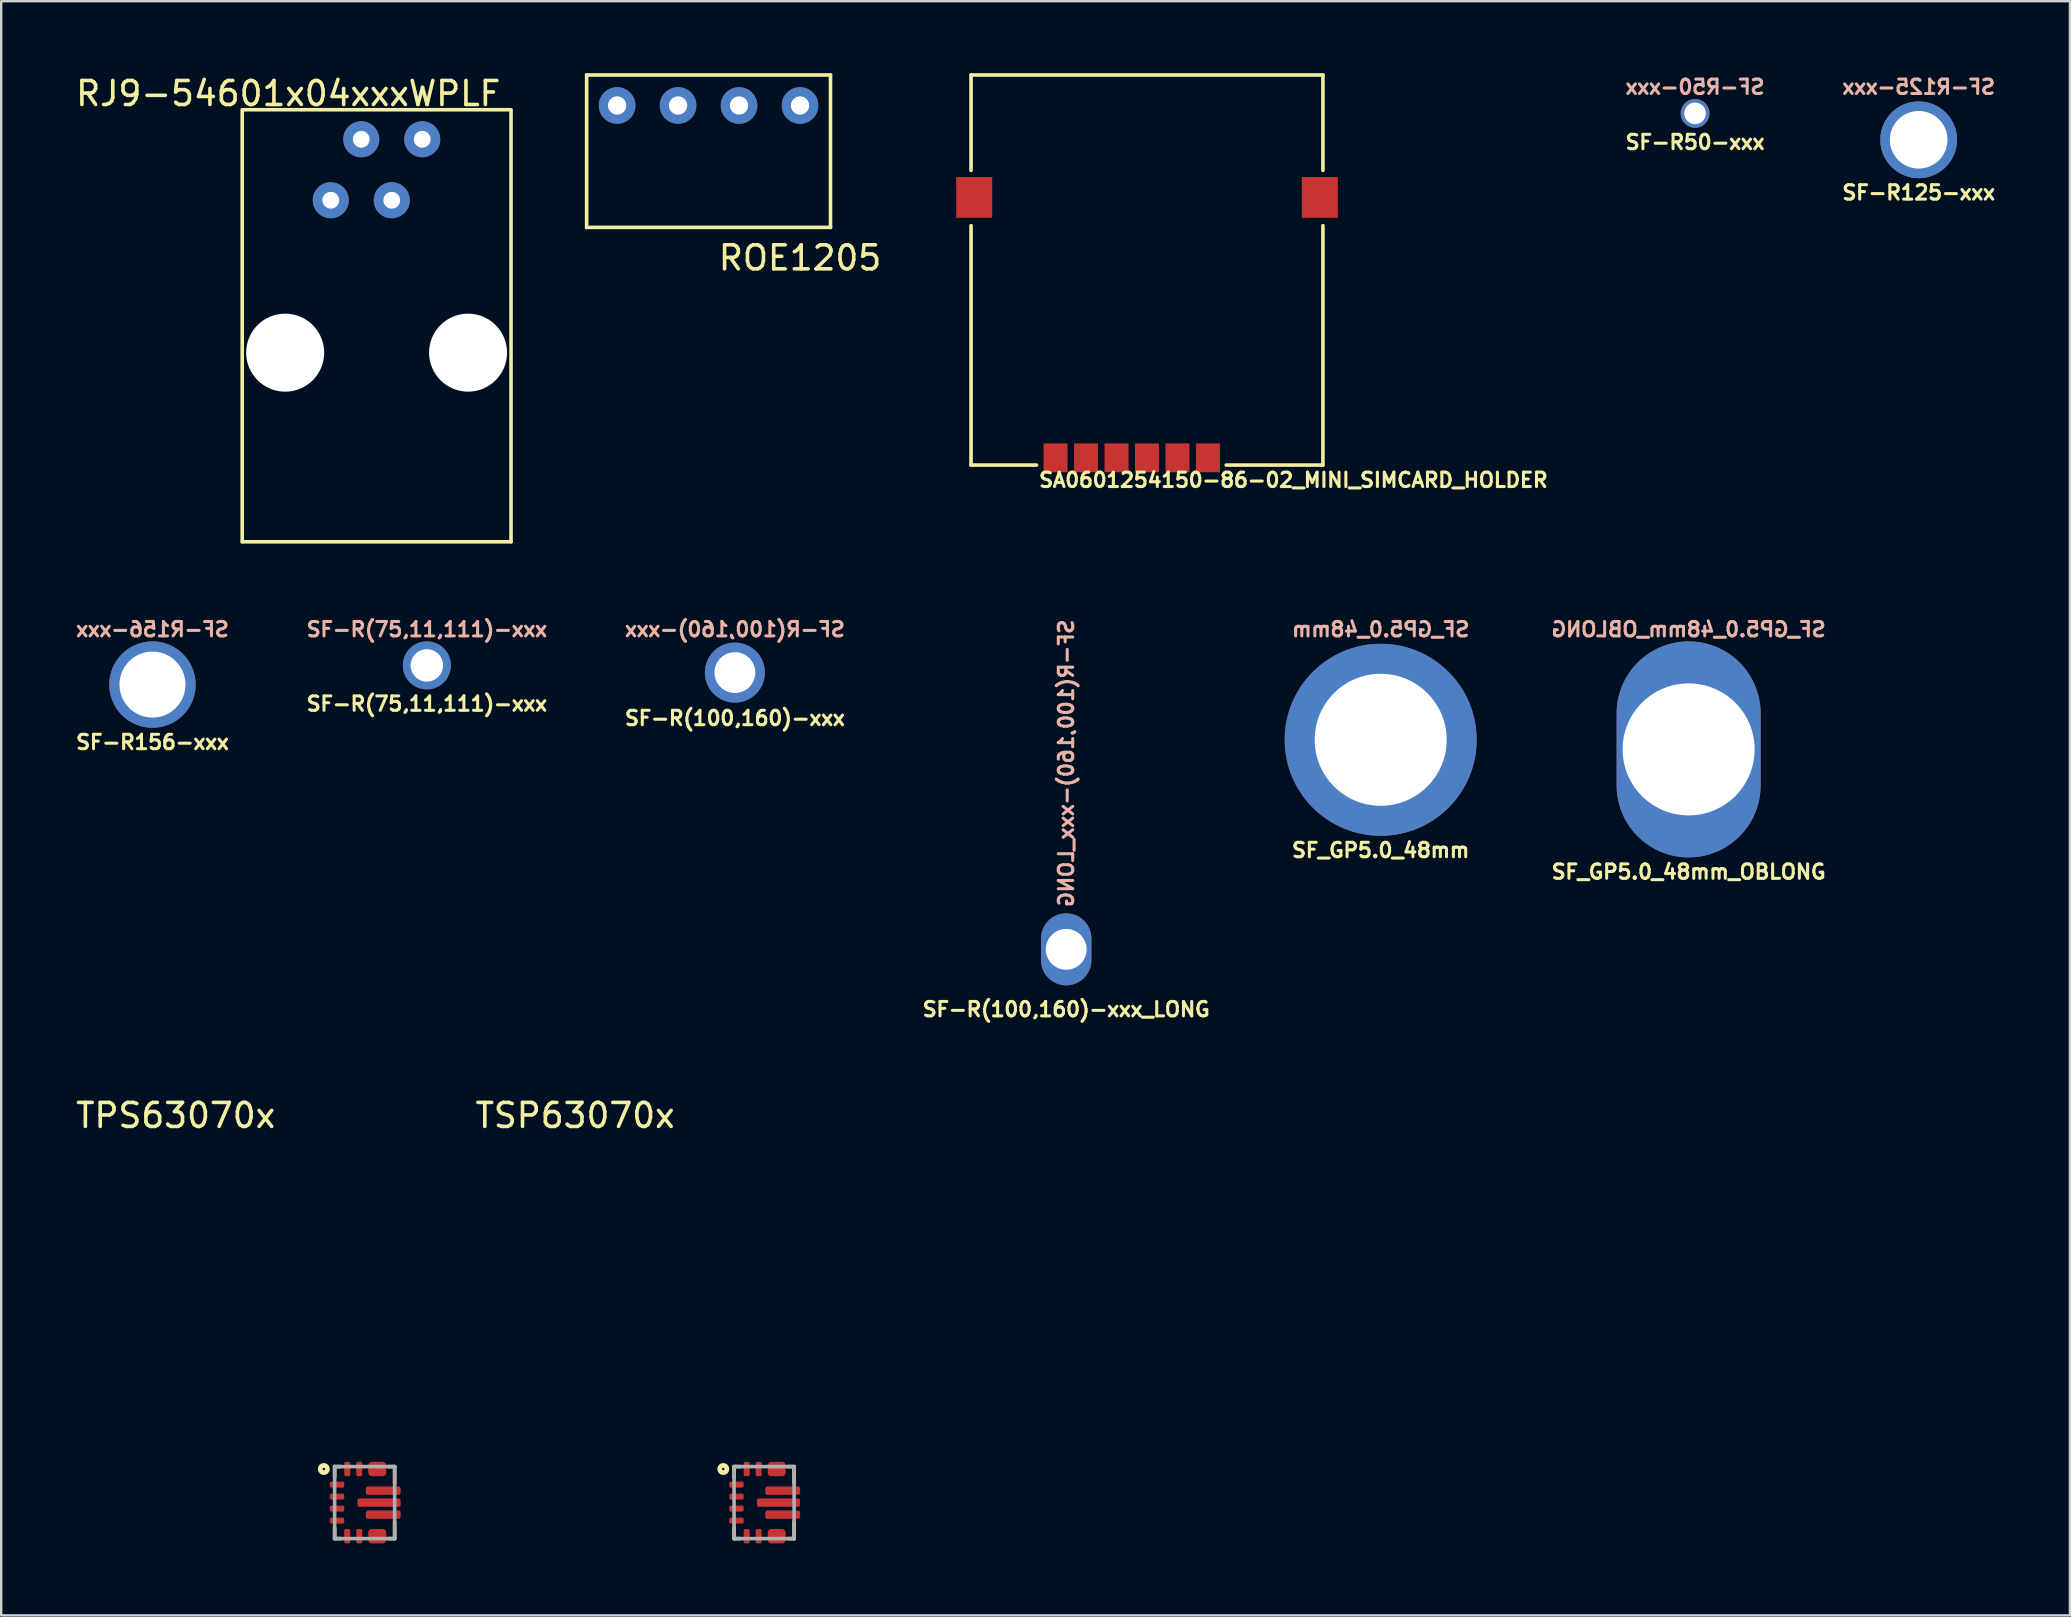
<source format=kicad_pcb>
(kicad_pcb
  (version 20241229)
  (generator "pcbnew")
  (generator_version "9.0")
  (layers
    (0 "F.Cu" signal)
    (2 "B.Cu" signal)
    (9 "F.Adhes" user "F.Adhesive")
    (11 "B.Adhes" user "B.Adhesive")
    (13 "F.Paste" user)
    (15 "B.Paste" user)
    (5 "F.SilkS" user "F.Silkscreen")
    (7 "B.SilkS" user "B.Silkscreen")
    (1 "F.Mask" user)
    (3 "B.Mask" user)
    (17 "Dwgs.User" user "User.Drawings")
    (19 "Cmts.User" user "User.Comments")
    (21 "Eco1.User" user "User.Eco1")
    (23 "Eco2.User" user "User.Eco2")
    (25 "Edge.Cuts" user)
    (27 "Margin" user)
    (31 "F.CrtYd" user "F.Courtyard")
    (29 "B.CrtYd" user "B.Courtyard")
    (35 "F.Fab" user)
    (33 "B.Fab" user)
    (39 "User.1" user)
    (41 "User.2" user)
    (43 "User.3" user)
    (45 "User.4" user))
  (footprint "SF_GP5.0_48mm_OBLONG"
    (layer "F.Cu")
    (at 67.303 28.172)
    (property "Reference" "SF_GP5.0_48mm_OBLONG" (at 0 5.1 0) (layer "F.SilkS") (effects (font (size 0.6 0.6) (thickness 0.127))))
    (property "Value" "SF_GP5.0_48mm_OBLONG" (at 0 -5 0) (layer "F.SilkS") (hide yes) (effects (font (size 0.6 0.6) (thickness 0.127))))
    (attr through_hole)
    (fp_text user "${VALUE}" (at 0 -5 0) (layer "B.SilkS") (effects (font (size 0.6 0.6) (thickness 0.127)) (justify mirror)))
    (pad "1" thru_hole oval (at 0 0) (size 6 9) (drill 5.5) (layers "*.Cu" "*.Mask")))
  (footprint "TSP63070x"
    (layer "F.Cu")
    (at 28.784 59.553)
    (property "Reference" "TSP63070x" (at -7.874 -16.129 0) (layer "F.SilkS") (effects (font (size 1 1) (thickness 0.15))))
    (attr through_hole)
    (fp_line (start -1.25 -1.5) (end -1.25 -1.05) (stroke (width 0.15) (type solid)) (layer "F.SilkS"))
    (fp_line (start -1.25 1.05) (end -1.25 1.5) (stroke (width 0.15) (type solid)) (layer "F.SilkS"))
    (fp_line (start -1.25 1.5) (end -1 1.5) (stroke (width 0.15) (type solid)) (layer "F.SilkS"))
    (fp_line (start -1 -1.5) (end -1.25 -1.5) (stroke (width 0.15) (type solid)) (layer "F.SilkS"))
    (fp_line (start 1 -1.5) (end 1.25 -1.5) (stroke (width 0.15) (type solid)) (layer "F.SilkS"))
    (fp_line (start 1 1.5) (end 1.25 1.5) (stroke (width 0.15) (type solid)) (layer "F.SilkS"))
    (fp_line (start 1.25 -1.5) (end 1.25 -0.8) (stroke (width 0.15) (type solid)) (layer "F.SilkS"))
    (fp_line (start 1.25 1.5) (end 1.25 0.8) (stroke (width 0.15) (type solid)) (layer "F.SilkS"))
    (fp_circle (center -1.7 -1.4) (end -1.55 -1.4) (stroke (width 0.2) (type solid)) (fill no) (layer "F.SilkS"))
    (fp_line (start -1.25 -1.5) (end 1.25 -1.5) (stroke (width 0.15) (type solid)) (layer "F.Fab"))
    (fp_line (start -1.25 1.5) (end -1.25 -1.5) (stroke (width 0.15) (type solid)) (layer "F.Fab"))
    (fp_line (start 1.25 -1.5) (end 1.25 1.5) (stroke (width 0.15) (type solid)) (layer "F.Fab"))
    (fp_line (start 1.25 1.5) (end -1.25 1.5) (stroke (width 0.15) (type solid)) (layer "F.Fab"))
    (pad "1" smd roundrect (at -1.15 -0.75) (size 0.6 0.25) (layers "F.Cu" "F.Mask" "F.Paste") (roundrect_rratio 0.25))
    (pad "2" smd roundrect (at -1.15 -0.25) (size 0.6 0.25) (layers "F.Cu" "F.Mask" "F.Paste") (roundrect_rratio 0.25))
    (pad "3" smd roundrect (at -1.15 0.25) (size 0.6 0.25) (layers "F.Cu" "F.Mask" "F.Paste") (roundrect_rratio 0.25))
    (pad "4" smd roundrect (at -1.15 0.75) (size 0.6 0.25) (layers "F.Cu" "F.Mask" "F.Paste") (roundrect_rratio 0.25))
    (pad "5" smd roundrect (at -0.725 1.4 90) (size 0.6 0.25) (layers "F.Cu" "F.Mask" "F.Paste") (roundrect_rratio 0.25))
    (pad "6" smd roundrect (at -0.225 1.4 90) (size 0.6 0.25) (layers "F.Cu" "F.Mask" "F.Paste") (roundrect_rratio 0.25))
    (pad "7" smd roundrect (at 0.525 1.4) (size 0.75 0.6) (layers "F.Cu" "F.Mask" "F.Paste") (roundrect_rratio 0.25))
    (pad "9" smd roundrect (at 0.775 0.5) (size 1.45 0.35) (layers "F.Cu" "F.Mask" "F.Paste") (roundrect_rratio 0.25))
    (pad "10" smd roundrect (at 0.6 0) (size 1.8 0.35) (layers "F.Cu" "F.Mask" "F.Paste") (roundrect_rratio 0.25))
    (pad "11" smd roundrect (at 0.775 -0.5) (size 1.45 0.35) (layers "F.Cu" "F.Mask" "F.Paste") (roundrect_rratio 0.25))
    (pad "12" smd roundrect (at 0.525 -1.4) (size 0.75 0.6) (layers "F.Cu" "F.Mask" "F.Paste") (roundrect_rratio 0.25))
    (pad "14" smd roundrect (at -0.225 -1.4 90) (size 0.6 0.25) (layers "F.Cu" "F.Mask" "F.Paste") (roundrect_rratio 0.25))
    (pad "15" smd roundrect (at -0.725 -1.4 90) (size 0.6 0.25) (layers "F.Cu" "F.Mask" "F.Paste") (roundrect_rratio 0.25)))
  (footprint "SA0601254150-86-02_MINI_SIMCARD_HOLDER"
    (layer "F.Cu")
    (at 44.737 8.05)
    (property "Reference" "SA0601254150-86-02_MINI_SIMCARD_HOLDER" (at 6.1 8.9 0) (layer "F.SilkS") (effects (font (size 0.6 0.6) (thickness 0.127))))
    (attr through_hole)
    (fp_line (start -7.33 -7.975) (end -7.33 -4) (stroke (width 0.15) (type solid)) (layer "F.SilkS"))
    (fp_line (start -7.33 -7.975) (end 7.33 -7.975) (stroke (width 0.15) (type solid)) (layer "F.SilkS"))
    (fp_line (start -7.33 -1.7) (end -7.33 8.275) (stroke (width 0.15) (type solid)) (layer "F.SilkS"))
    (fp_line (start -7.33 8.275) (end -4.6 8.275) (stroke (width 0.15) (type solid)) (layer "F.SilkS"))
    (fp_line (start 7.33 -7.975) (end 7.33 -4) (stroke (width 0.15) (type solid)) (layer "F.SilkS"))
    (fp_line (start 7.33 -1.7) (end 7.33 8.275) (stroke (width 0.15) (type solid)) (layer "F.SilkS"))
    (fp_line (start 7.33 8.275) (end 3.3 8.275) (stroke (width 0.15) (type solid)) (layer "F.SilkS"))
    (pad "1" smd rect (at -2.54 7.975) (size 1 1.2) (layers "F.Cu" "F.Mask" "F.Paste"))
    (pad "2" smd rect (at 0 7.975) (size 1 1.2) (layers "F.Cu" "F.Mask" "F.Paste"))
    (pad "3" smd rect (at 2.54 7.975) (size 1 1.2) (layers "F.Cu" "F.Mask" "F.Paste"))
    (pad "5" smd rect (at -3.81 7.975) (size 1 1.2) (layers "F.Cu" "F.Mask" "F.Paste"))
    (pad "6" smd rect (at -1.27 7.975) (size 1 1.2) (layers "F.Cu" "F.Mask" "F.Paste"))
    (pad "7" smd rect (at 1.27 7.975) (size 1 1.2) (layers "F.Cu" "F.Mask" "F.Paste"))
    (pad "MP" smd rect (at -7.2 -2.875) (size 1.5 1.7) (layers "F.Cu" "F.Mask" "F.Paste"))
    (pad "MP" smd rect (at 7.2 -2.875) (size 1.5 1.7) (layers "F.Cu" "F.Mask" "F.Paste")))
  (footprint "RJ9-54601x04xxxWPLF"
    (layer "F.Cu")
    (at 12.641 11.643)
    (property "Reference" "RJ9-54601x04xxxWPLF" (at -3.683 -10.795 0) (layer "F.SilkS") (effects (font (size 1 1) (thickness 0.15))))
    (attr through_hole)
    (fp_line (start -5.6 -10.12) (end -5.6 7.88) (stroke (width 0.15) (type solid)) (layer "F.SilkS"))
    (fp_line (start -5.6 7.88) (end 5.6 7.88) (stroke (width 0.15) (type solid)) (layer "F.SilkS"))
    (fp_line (start 5.56 -10.12) (end -5.56 -10.12) (stroke (width 0.15) (type solid)) (layer "F.SilkS"))
    (fp_line (start 5.6 7.88) (end 5.6 -10.12) (stroke (width 0.15) (type solid)) (layer "F.SilkS"))
    (pad "" np_thru_hole circle (at -3.81 0) (size 3.25 3.25) (drill 3.25) (layers "*.Cu" "*.Mask"))
    (pad "" np_thru_hole circle (at 3.81 0) (size 3.25 3.25) (drill 3.25) (layers "*.Cu" "*.Mask"))
    (pad "1" thru_hole circle (at -1.91 -6.35) (size 1.5 1.5) (drill 0.7) (layers "*.Cu" "*.Mask"))
    (pad "2" thru_hole circle (at -0.64 -8.89) (size 1.5 1.5) (drill 0.7) (layers "*.Cu" "*.Mask"))
    (pad "3" thru_hole circle (at 0.63 -6.35) (size 1.5 1.5) (drill 0.7) (layers "*.Cu" "*.Mask"))
    (pad "4" thru_hole circle (at 1.9 -8.89) (size 1.5 1.5) (drill 0.7) (layers "*.Cu" "*.Mask")))
  (footprint "TPS63070x"
    (layer "F.Cu")
    (at 12.142 59.553)
    (property "Reference" "TPS63070x" (at -7.874 -16.129 0) (layer "F.SilkS") (effects (font (size 1 1) (thickness 0.15))))
    (attr through_hole)
    (fp_line (start -1.25 -1.5) (end -1.25 -1.05) (stroke (width 0.15) (type solid)) (layer "F.SilkS"))
    (fp_line (start -1.25 1.05) (end -1.25 1.5) (stroke (width 0.15) (type solid)) (layer "F.SilkS"))
    (fp_line (start -1.25 1.5) (end -1 1.5) (stroke (width 0.15) (type solid)) (layer "F.SilkS"))
    (fp_line (start -1 -1.5) (end -1.25 -1.5) (stroke (width 0.15) (type solid)) (layer "F.SilkS"))
    (fp_line (start 1 -1.5) (end 1.25 -1.5) (stroke (width 0.15) (type solid)) (layer "F.SilkS"))
    (fp_line (start 1 1.5) (end 1.25 1.5) (stroke (width 0.15) (type solid)) (layer "F.SilkS"))
    (fp_line (start 1.25 -1.5) (end 1.25 -0.8) (stroke (width 0.15) (type solid)) (layer "F.SilkS"))
    (fp_line (start 1.25 1.5) (end 1.25 0.8) (stroke (width 0.15) (type solid)) (layer "F.SilkS"))
    (fp_circle (center -1.7 -1.4) (end -1.55 -1.4) (stroke (width 0.2) (type solid)) (fill no) (layer "F.SilkS"))
    (fp_line (start -1.25 -1.5) (end 1.25 -1.5) (stroke (width 0.15) (type solid)) (layer "F.Fab"))
    (fp_line (start -1.25 1.5) (end -1.25 -1.5) (stroke (width 0.15) (type solid)) (layer "F.Fab"))
    (fp_line (start 1.25 -1.5) (end 1.25 1.5) (stroke (width 0.15) (type solid)) (layer "F.Fab"))
    (fp_line (start 1.25 1.5) (end -1.25 1.5) (stroke (width 0.15) (type solid)) (layer "F.Fab"))
    (pad "1" smd roundrect (at -1.15 -0.75) (size 0.6 0.25) (layers "F.Cu" "F.Mask" "F.Paste") (roundrect_rratio 0.25))
    (pad "2" smd roundrect (at -1.15 -0.25) (size 0.6 0.25) (layers "F.Cu" "F.Mask" "F.Paste") (roundrect_rratio 0.25))
    (pad "3" smd roundrect (at -1.15 0.25) (size 0.6 0.25) (layers "F.Cu" "F.Mask" "F.Paste") (roundrect_rratio 0.25))
    (pad "4" smd roundrect (at -1.15 0.75) (size 0.6 0.25) (layers "F.Cu" "F.Mask" "F.Paste") (roundrect_rratio 0.25))
    (pad "5" smd roundrect (at -0.725 1.4 90) (size 0.6 0.25) (layers "F.Cu" "F.Mask" "F.Paste") (roundrect_rratio 0.25))
    (pad "6" smd roundrect (at -0.225 1.4 90) (size 0.6 0.25) (layers "F.Cu" "F.Mask" "F.Paste") (roundrect_rratio 0.25))
    (pad "7" smd roundrect (at 0.525 1.4) (size 0.75 0.6) (layers "F.Cu" "F.Mask" "F.Paste") (roundrect_rratio 0.25))
    (pad "9" smd roundrect (at 0.775 0.5) (size 1.45 0.35) (layers "F.Cu" "F.Mask" "F.Paste") (roundrect_rratio 0.25))
    (pad "10" smd roundrect (at 0.6 0) (size 1.8 0.35) (layers "F.Cu" "F.Mask" "F.Paste") (roundrect_rratio 0.25))
    (pad "11" smd roundrect (at 0.775 -0.5) (size 1.45 0.35) (layers "F.Cu" "F.Mask" "F.Paste") (roundrect_rratio 0.25))
    (pad "12" smd roundrect (at 0.525 -1.4) (size 0.75 0.6) (layers "F.Cu" "F.Mask" "F.Paste") (roundrect_rratio 0.25))
    (pad "14" smd roundrect (at -0.225 -1.4 90) (size 0.6 0.25) (layers "F.Cu" "F.Mask" "F.Paste") (roundrect_rratio 0.25))
    (pad "15" smd roundrect (at -0.725 -1.4 90) (size 0.6 0.25) (layers "F.Cu" "F.Mask" "F.Paste") (roundrect_rratio 0.25)))
  (footprint "SF-R156-xxx"
    (layer "F.Cu")
    (at 3.302 25.472)
    (property "Reference" "SF-R156-xxx" (at 0 2.4 0) (layer "F.SilkS") (effects (font (size 0.6 0.6) (thickness 0.127))))
    (property "Value" "SF-R156-xxx" (at 0 -2.3 0) (layer "F.SilkS") (hide yes) (effects (font (size 0.6 0.6) (thickness 0.127))))
    (attr through_hole)
    (fp_text user "${VALUE}" (at 0 -2.3 0) (layer "B.SilkS") (effects (font (size 0.6 0.6) (thickness 0.127)) (justify mirror)))
    (pad "1" thru_hole circle (at 0 0) (size 3.6 3.6) (drill 2.75) (layers "*.Cu" "*.Mask")))
  (footprint "SF-R(75,11,111)-xxx"
    (layer "F.Cu")
    (at 14.734 24.672)
    (property "Reference" "SF-R(75,11,111)-xxx" (at 0 1.6 0) (layer "F.SilkS") (effects (font (size 0.6 0.6) (thickness 0.127))))
    (property "Value" "SF-R(75,11,111)-xxx" (at 0 -1.5 0) (layer "F.SilkS") (hide yes) (effects (font (size 0.6 0.6) (thickness 0.127))))
    (attr through_hole)
    (fp_text user "${VALUE}" (at 0 -1.5 0) (layer "B.SilkS") (effects (font (size 0.6 0.6) (thickness 0.127))))
    (pad "1" thru_hole circle (at 0 0) (size 2 2) (drill 1.35) (layers "*.Cu" "*.Mask")))
  (footprint "SF_GP5.0_48mm"
    (layer "F.Cu")
    (at 54.473 27.772)
    (property "Reference" "SF_GP5.0_48mm" (at 0 4.6 0) (layer "F.SilkS") (effects (font (size 0.6 0.6) (thickness 0.127))))
    (property "Value" "SF_GP5.0_48mm" (at 0 -4.6 0) (layer "F.SilkS") (hide yes) (effects (font (size 0.6 0.6) (thickness 0.127))))
    (attr through_hole)
    (fp_text user "${VALUE}" (at 0 -4.6 0) (layer "B.SilkS") (effects (font (size 0.6 0.6) (thickness 0.127)) (justify mirror)))
    (pad "1" thru_hole circle (at 0 0) (size 8 8) (drill 5.5) (layers "*.Cu" "*.Mask")))
  (footprint "SF-R(100,160)-xxx_LONG"
    (layer "F.Cu")
    (at 41.371 36.502)
    (property "Reference" "SF-R(100,160)-xxx_LONG" (at 0 2.5 0) (layer "F.SilkS") (effects (font (size 0.6 0.6) (thickness 0.127))))
    (property "Value" "SF-R(100,160)-xxx_LONG" (at 0 -1.7 90) (layer "F.SilkS") (hide yes) (effects (font (size 0.6 0.6) (thickness 0.127)) (justify left)))
    (attr through_hole)
    (fp_text user "${VALUE}" (at 0 -1.7 90) (layer "B.SilkS") (effects (font (size 0.6 0.6) (thickness 0.127)) (justify right mirror)))
    (pad "1" thru_hole oval (at 0 0) (size 2.1 3) (drill 1.7) (layers "*.Cu" "*.Mask")))
  (footprint "SF-R125-xxx"
    (layer "F.Cu")
    (at 76.888 2.774)
    (property "Reference" "SF-R125-xxx" (at 0 2.2 0) (layer "F.SilkS") (effects (font (size 0.6 0.6) (thickness 0.127))))
    (property "Value" "SF-R125-xxx" (at 0 -2.2 0) (layer "F.SilkS") (hide yes) (effects (font (size 0.6 0.6) (thickness 0.127))))
    (attr through_hole)
    (fp_text user "${VALUE}" (at 0 -2.2 0) (layer "B.SilkS") (effects (font (size 0.6 0.6) (thickness 0.127)) (justify mirror)))
    (pad "1" thru_hole circle (at 0 0) (size 3.2 3.2) (drill 2.4) (layers "*.Cu" "*.Mask")))
  (footprint "ROE1205"
    (layer "F.Cu")
    (at 26.471 1.345)
    (property "Reference" "ROE1205" (at 3.81 6.35 0) (layer "F.SilkS") (effects (font (size 1 1) (thickness 0.15))))
    (attr through_hole)
    (fp_line (start -5.08 -1.27) (end -5.08 5.08) (stroke (width 0.15) (type solid)) (layer "F.SilkS"))
    (fp_line (start -5.08 -1.27) (end 5.08 -1.27) (stroke (width 0.15) (type solid)) (layer "F.SilkS"))
    (fp_line (start 5.08 -1.27) (end 5.08 5.08) (stroke (width 0.15) (type solid)) (layer "F.SilkS"))
    (fp_line (start 5.08 5.08) (end -5.08 5.08) (stroke (width 0.15) (type solid)) (layer "F.SilkS"))
    (pad "1" thru_hole circle (at -3.81 0) (size 1.524 1.524) (drill 0.762) (layers "*.Cu" "*.Mask"))
    (pad "2" thru_hole circle (at -1.27 0) (size 1.524 1.524) (drill 0.762) (layers "*.Cu" "*.Mask"))
    (pad "3" thru_hole circle (at 1.27 0) (size 1.524 1.524) (drill 0.762) (layers "*.Cu" "*.Mask"))
    (pad "4" thru_hole circle (at 3.81 0) (size 1.524 1.524) (drill 0.762) (layers "*.Cu" "*.Mask")))
  (footprint "SF-R(100,160)-xxx"
    (layer "F.Cu")
    (at 27.567 24.972)
    (property "Reference" "SF-R(100,160)-xxx" (at 0 1.9 0) (layer "F.SilkS") (effects (font (size 0.6 0.6) (thickness 0.127))))
    (property "Value" "SF-R(100,160)-xxx" (at 0 -1.8 0) (layer "F.SilkS") (hide yes) (effects (font (size 0.6 0.6) (thickness 0.127))))
    (attr through_hole)
    (fp_text user "${VALUE}" (at 0 -1.8 0) (layer "B.SilkS") (effects (font (size 0.6 0.6) (thickness 0.127)) (justify mirror)))
    (pad "1" thru_hole circle (at 0 0) (size 2.5 2.5) (drill 1.7) (layers "*.Cu" "*.Mask")))
  (footprint "SF-R50-xxx"
    (layer "F.Cu")
    (at 67.57 1.674)
    (property "Reference" "SF-R50-xxx" (at 0 1.2 0) (layer "F.SilkS") (effects (font (size 0.6 0.6) (thickness 0.127))))
    (property "Value" "SF-R50-xxx" (at 0 -1.1 0) (layer "F.SilkS") (hide yes) (effects (font (size 0.6 0.6) (thickness 0.127))))
    (attr through_hole)
    (fp_text user "${VALUE}" (at 0 -1.1 0) (layer "B.SilkS") (effects (font (size 0.6 0.6) (thickness 0.127)) (justify mirror)))
    (pad "1" thru_hole circle (at 0 0) (size 1.2 1.2) (drill 0.9) (layers "*.Cu" "*.Mask")))
  (gr_rect
    (start -3 -3)
    (end 83.19 64.253)
    (stroke (width 0.1) (type default))
    (fill no)
    (layer "Edge.Cuts")))
</source>
